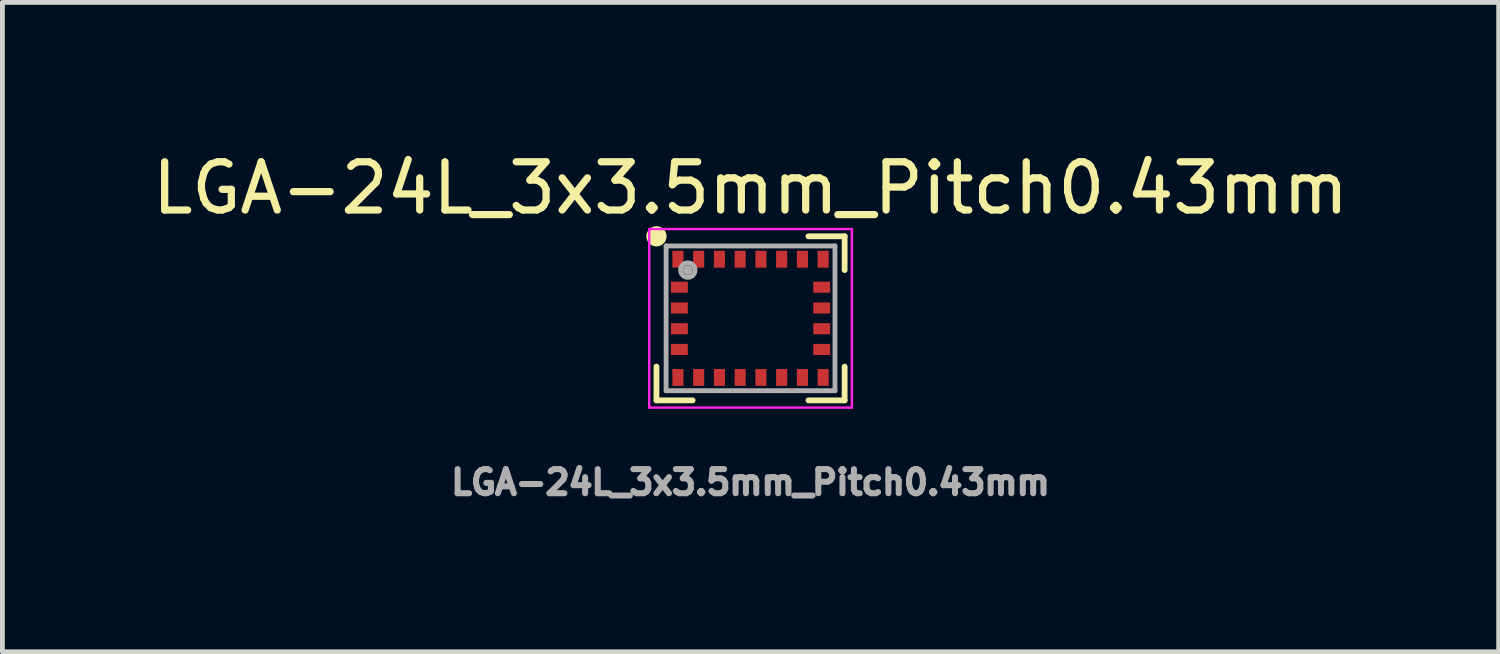
<source format=kicad_pcb>
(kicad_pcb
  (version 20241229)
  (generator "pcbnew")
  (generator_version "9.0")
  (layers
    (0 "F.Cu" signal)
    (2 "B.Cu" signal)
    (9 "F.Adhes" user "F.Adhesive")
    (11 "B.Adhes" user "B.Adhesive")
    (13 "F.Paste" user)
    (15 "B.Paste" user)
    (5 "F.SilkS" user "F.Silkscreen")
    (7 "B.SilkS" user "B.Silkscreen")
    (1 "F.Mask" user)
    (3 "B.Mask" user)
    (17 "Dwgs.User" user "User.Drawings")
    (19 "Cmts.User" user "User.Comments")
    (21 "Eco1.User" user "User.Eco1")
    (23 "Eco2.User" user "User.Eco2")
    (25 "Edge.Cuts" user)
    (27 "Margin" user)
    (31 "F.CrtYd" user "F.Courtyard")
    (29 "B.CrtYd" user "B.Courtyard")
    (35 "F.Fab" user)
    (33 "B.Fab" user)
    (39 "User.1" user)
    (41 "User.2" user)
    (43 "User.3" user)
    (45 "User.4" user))
  (footprint "LGA-24L_3x3.5mm_Pitch0.43mm"
    (layer "F.Cu")
    (at 12.506 3.548)
    (property "Reference" "LGA-24L_3x3.5mm_Pitch0.43mm" (at 0 -2.7 0) (layer "F.SilkS") (effects (font (size 1 1) (thickness 0.15))))
    (attr smd)
    (fp_line (start -1.95 1.7) (end -1.95 1) (stroke (width 0.12) (type solid)) (layer "F.SilkS"))
    (fp_line (start -1.2 1.7) (end -1.95 1.7) (stroke (width 0.12) (type solid)) (layer "F.SilkS"))
    (fp_line (start 1.2 -1.7) (end 1.95 -1.7) (stroke (width 0.12) (type solid)) (layer "F.SilkS"))
    (fp_line (start 1.95 -1.7) (end 1.95 -1) (stroke (width 0.12) (type solid)) (layer "F.SilkS"))
    (fp_line (start 1.95 1) (end 1.95 1.7) (stroke (width 0.12) (type solid)) (layer "F.SilkS"))
    (fp_line (start 1.95 1.7) (end 1.2 1.7) (stroke (width 0.12) (type solid)) (layer "F.SilkS"))
    (fp_circle (center -1.95 -1.7) (end -1.89 -1.7) (stroke (width 0.12) (type solid)) (fill no) (layer "F.SilkS"))
    (fp_circle (center -1.95 -1.7) (end -1.8 -1.7) (stroke (width 0.12) (type solid)) (fill no) (layer "F.SilkS"))
    (fp_line (start -2.1 -1.85) (end 2.1 -1.85) (stroke (width 0.05) (type solid)) (layer "F.CrtYd"))
    (fp_line (start -2.1 1.85) (end -2.1 -1.85) (stroke (width 0.05) (type solid)) (layer "F.CrtYd"))
    (fp_line (start 2.1 -1.85) (end 2.1 1.85) (stroke (width 0.05) (type solid)) (layer "F.CrtYd"))
    (fp_line (start 2.1 1.85) (end -2.1 1.85) (stroke (width 0.05) (type solid)) (layer "F.CrtYd"))
    (fp_line (start -1.75 -1.5) (end 1.75 -1.5) (stroke (width 0.1) (type solid)) (layer "F.Fab"))
    (fp_line (start -1.75 1.5) (end -1.75 -1.5) (stroke (width 0.1) (type solid)) (layer "F.Fab"))
    (fp_line (start 1.75 -1.5) (end 1.75 1.5) (stroke (width 0.1) (type solid)) (layer "F.Fab"))
    (fp_line (start 1.75 1.5) (end -1.75 1.5) (stroke (width 0.1) (type solid)) (layer "F.Fab"))
    (fp_circle (center -1.3 -1) (end -1.3 -0.95) (stroke (width 0.1) (type solid)) (fill no) (layer "F.Fab"))
    (fp_circle (center -1.3 -1) (end -1.3 -0.85) (stroke (width 0.1) (type solid)) (fill no) (layer "F.Fab"))
    (fp_text user "${REFERENCE}" (at 0 3.4 0) (layer "F.Fab") (effects (font (size 0.5 0.5) (thickness 0.125))))
    (pad "1" smd rect (at -1.505 -1.225) (size 0.23 0.35) (layers "F.Cu" "F.Mask" "F.Paste"))
    (pad "2" smd rect (at -1.475 -0.645) (size 0.35 0.23) (layers "F.Cu" "F.Mask" "F.Paste"))
    (pad "3" smd rect (at -1.475 -0.215) (size 0.35 0.23) (layers "F.Cu" "F.Mask" "F.Paste"))
    (pad "4" smd rect (at -1.475 0.215) (size 0.35 0.23) (layers "F.Cu" "F.Mask" "F.Paste"))
    (pad "5" smd rect (at -1.475 0.645) (size 0.35 0.23) (layers "F.Cu" "F.Mask" "F.Paste"))
    (pad "6" smd rect (at -1.505 1.225) (size 0.23 0.35) (layers "F.Cu" "F.Mask" "F.Paste"))
    (pad "7" smd rect (at -1.075 1.225) (size 0.23 0.35) (layers "F.Cu" "F.Mask" "F.Paste"))
    (pad "8" smd rect (at -0.645 1.225) (size 0.23 0.35) (layers "F.Cu" "F.Mask" "F.Paste"))
    (pad "9" smd rect (at -0.215 1.225) (size 0.23 0.35) (layers "F.Cu" "F.Mask" "F.Paste"))
    (pad "10" smd rect (at 0.215 1.225) (size 0.23 0.35) (layers "F.Cu" "F.Mask" "F.Paste"))
    (pad "11" smd rect (at 0.645 1.225) (size 0.23 0.35) (layers "F.Cu" "F.Mask" "F.Paste"))
    (pad "12" smd rect (at 1.075 1.225) (size 0.23 0.35) (layers "F.Cu" "F.Mask" "F.Paste"))
    (pad "13" smd rect (at 1.505 1.225) (size 0.23 0.35) (layers "F.Cu" "F.Mask" "F.Paste"))
    (pad "14" smd rect (at 1.475 0.645) (size 0.35 0.23) (layers "F.Cu" "F.Mask" "F.Paste"))
    (pad "15" smd rect (at 1.475 0.215) (size 0.35 0.23) (layers "F.Cu" "F.Mask" "F.Paste"))
    (pad "16" smd rect (at 1.475 -0.215) (size 0.35 0.23) (layers "F.Cu" "F.Mask" "F.Paste"))
    (pad "17" smd rect (at 1.475 -0.645) (size 0.35 0.23) (layers "F.Cu" "F.Mask" "F.Paste"))
    (pad "18" smd rect (at 1.505 -1.225) (size 0.23 0.35) (layers "F.Cu" "F.Mask" "F.Paste"))
    (pad "19" smd rect (at 1.075 -1.225) (size 0.23 0.35) (layers "F.Cu" "F.Mask" "F.Paste"))
    (pad "20" smd rect (at 0.645 -1.225) (size 0.23 0.35) (layers "F.Cu" "F.Mask" "F.Paste"))
    (pad "21" smd rect (at 0.215 -1.225) (size 0.23 0.35) (layers "F.Cu" "F.Mask" "F.Paste"))
    (pad "22" smd rect (at -0.215 -1.225) (size 0.23 0.35) (layers "F.Cu" "F.Mask" "F.Paste"))
    (pad "23" smd rect (at -0.645 -1.225) (size 0.23 0.35) (layers "F.Cu" "F.Mask" "F.Paste"))
    (pad "24" smd rect (at -1.075 -1.225) (size 0.23 0.35) (layers "F.Cu" "F.Mask" "F.Paste")))
  (gr_rect
    (start -3 -3)
    (end 28.012 10.46)
    (stroke (width 0.1) (type default))
    (fill no)
    (layer "Edge.Cuts")))
</source>
